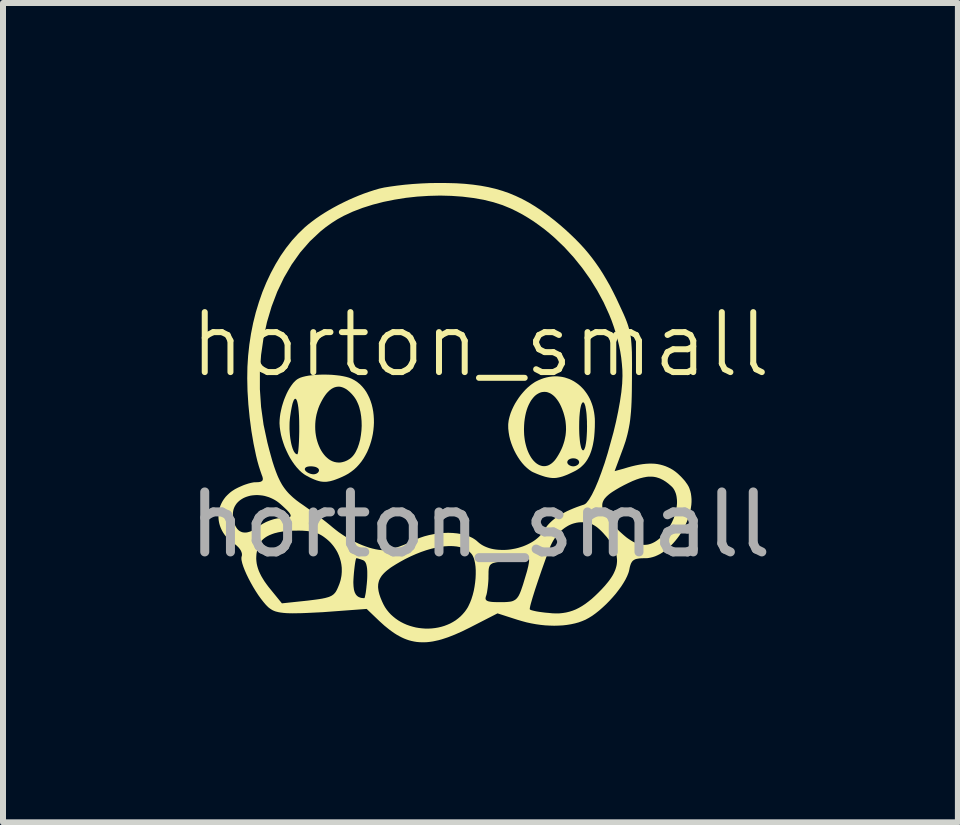
<source format=kicad_pcb>
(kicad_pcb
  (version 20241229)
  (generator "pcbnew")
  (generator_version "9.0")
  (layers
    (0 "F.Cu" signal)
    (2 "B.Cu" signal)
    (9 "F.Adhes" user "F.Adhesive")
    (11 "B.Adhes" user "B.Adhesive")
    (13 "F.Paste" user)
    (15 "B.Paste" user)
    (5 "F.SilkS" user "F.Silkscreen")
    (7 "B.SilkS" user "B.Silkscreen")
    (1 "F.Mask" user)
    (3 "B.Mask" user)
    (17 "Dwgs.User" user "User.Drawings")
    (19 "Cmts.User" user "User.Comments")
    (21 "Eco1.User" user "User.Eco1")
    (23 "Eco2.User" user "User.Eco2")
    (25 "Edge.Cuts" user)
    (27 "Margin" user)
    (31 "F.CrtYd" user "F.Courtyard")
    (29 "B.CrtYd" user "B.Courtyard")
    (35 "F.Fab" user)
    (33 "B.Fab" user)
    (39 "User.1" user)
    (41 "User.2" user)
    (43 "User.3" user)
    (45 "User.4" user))
  (footprint "horton_small"
    (layer "F.Cu")
    (at 4.958 3.195)
    (property "Reference" "horton_small" (at 0 -0.5 0) (unlocked yes) (layer "F.SilkS") (effects (font (size 1 1) (thickness 0.1))))
    (attr smd)
    (fp_poly (pts (xy -2.54 0) (xy -2.473 0.003) (xy -2.408 0.009) (xy -2.346 0.016) (xy -2.288 0.026) (xy -2.234 0.038) (xy -2.186 0.052) (xy -2.145 0.069) (xy -2.096 0.095) (xy -2.051 0.125) (xy -2.008 0.16) (xy -1.97 0.199) (xy -1.935 0.241) (xy -1.903 0.287) (xy -1.876 0.336) (xy -1.851 0.387) (xy -1.83 0.441) (xy -1.812 0.497) (xy -1.798 0.555) (xy -1.787 0.615) (xy -1.78 0.675) (xy -1.776 0.737) (xy -1.775 0.8) (xy -1.778 0.862) (xy -1.784 0.925) (xy -1.793 0.988) (xy -1.806 1.05) (xy -1.822 1.112) (xy -1.841 1.172) (xy -1.863 1.231) (xy -1.888 1.289) (xy -1.917 1.344) (xy -1.948 1.397) (xy -1.983 1.448) (xy -2.021 1.495) (xy -2.062 1.54) (xy -2.106 1.581) (xy -2.154 1.618) (xy -2.204 1.652) (xy -2.257 1.681) (xy -2.31 1.706) (xy -2.359 1.727) (xy -2.405 1.745) (xy -2.447 1.76) (xy -2.486 1.771) (xy -2.505 1.776) (xy -2.524 1.779) (xy -2.542 1.782) (xy -2.559 1.785) (xy -2.577 1.786) (xy -2.594 1.786) (xy -2.611 1.786) (xy -2.628 1.785) (xy -2.645 1.783) (xy -2.662 1.781) (xy -2.679 1.777) (xy -2.696 1.773) (xy -2.732 1.762) (xy -2.769 1.748) (xy -2.808 1.731) (xy -2.85 1.711) (xy -2.895 1.687) (xy -2.916 1.675) (xy -2.938 1.661) (xy -2.98 1.629) (xy -3.022 1.59) (xy -3.034 1.576) (xy -2.927 1.576) (xy -2.926 1.58) (xy -2.926 1.583) (xy -2.925 1.587) (xy -2.923 1.59) (xy -2.922 1.594) (xy -2.917 1.6) (xy -2.912 1.607) (xy -2.906 1.613) (xy -2.899 1.618) (xy -2.891 1.624) (xy -2.883 1.63) (xy -2.874 1.635) (xy -2.864 1.64) (xy -2.855 1.644) (xy -2.845 1.648) (xy -2.834 1.652) (xy -2.824 1.655) (xy -2.814 1.657) (xy -2.803 1.659) (xy -2.793 1.66) (xy -2.783 1.66) (xy -2.778 1.66) (xy -2.773 1.66) (xy -2.769 1.659) (xy -2.764 1.659) (xy -2.76 1.658) (xy -2.755 1.657) (xy -2.751 1.656) (xy -2.747 1.655) (xy -2.742 1.653) (xy -2.738 1.652) (xy -2.735 1.65) (xy -2.731 1.648) (xy -2.727 1.646) (xy -2.724 1.644) (xy -2.721 1.642) (xy -2.717 1.64) (xy -2.714 1.637) (xy -2.712 1.635) (xy -2.709 1.632) (xy -2.706 1.63) (xy -2.704 1.627) (xy -2.702 1.624) (xy -2.7 1.621) (xy -2.698 1.618) (xy -2.697 1.616) (xy -2.695 1.613) (xy -2.694 1.61) (xy -2.693 1.607) (xy -2.692 1.603) (xy -2.692 1.6) (xy -2.691 1.597) (xy -2.691 1.594) (xy -2.691 1.59) (xy -2.692 1.587) (xy -2.693 1.583) (xy -2.694 1.58) (xy -2.695 1.576) (xy -2.697 1.573) (xy -2.699 1.57) (xy -2.702 1.567) (xy -2.707 1.561) (xy -2.714 1.556) (xy -2.722 1.551) (xy -2.731 1.546) (xy -2.74 1.542) (xy -2.751 1.538) (xy -2.762 1.535) (xy -2.774 1.533) (xy -2.787 1.531) (xy -2.801 1.529) (xy -2.815 1.528) (xy -2.83 1.528) (xy -2.836 1.528) (xy -2.843 1.528) (xy -2.849 1.529) (xy -2.855 1.529) (xy -2.861 1.53) (xy -2.866 1.531) (xy -2.872 1.532) (xy -2.877 1.533) (xy -2.882 1.534) (xy -2.887 1.535) (xy -2.891 1.537) (xy -2.895 1.538) (xy -2.899 1.54) (xy -2.903 1.542) (xy -2.907 1.544) (xy -2.91 1.546) (xy -2.913 1.548) (xy -2.915 1.551) (xy -2.918 1.553) (xy -2.92 1.556) (xy -2.922 1.558) (xy -2.923 1.561) (xy -2.925 1.564) (xy -2.926 1.567) (xy -2.926 1.57) (xy -2.927 1.573) (xy -2.927 1.576) (xy -3.034 1.576) (xy -3.062 1.546) (xy -3.101 1.497) (xy -3.138 1.444) (xy -3.173 1.388) (xy -3.205 1.328) (xy -3.235 1.265) (xy -3.263 1.201) (xy -3.286 1.136) (xy -3.307 1.069) (xy -3.324 1.003) (xy -3.336 0.937) (xy -3.345 0.872) (xy -3.346 0.852) (xy -3.182 0.852) (xy -3.182 0.906) (xy -3.179 0.96) (xy -3.175 1.012) (xy -3.169 1.063) (xy -3.161 1.111) (xy -3.152 1.156) (xy -3.141 1.198) (xy -3.129 1.235) (xy -3.122 1.251) (xy -3.116 1.266) (xy -3.109 1.28) (xy -3.101 1.292) (xy -3.094 1.302) (xy -3.086 1.311) (xy -3.078 1.318) (xy -3.07 1.323) (xy -3.061 1.326) (xy -3.053 1.328) (xy -3.051 1.327) (xy -3.049 1.325) (xy -3.046 1.318) (xy -3.043 1.306) (xy -3.039 1.29) (xy -3.034 1.247) (xy -3.029 1.189) (xy -3.025 1.12) (xy -3.022 1.041) (xy -3.02 0.954) (xy -3.02 0.868) (xy -2.754 0.868) (xy -2.753 0.918) (xy -2.749 0.967) (xy -2.742 1.015) (xy -2.733 1.061) (xy -2.721 1.106) (xy -2.707 1.149) (xy -2.691 1.19) (xy -2.673 1.23) (xy -2.653 1.267) (xy -2.631 1.301) (xy -2.607 1.333) (xy -2.582 1.362) (xy -2.555 1.387) (xy -2.527 1.41) (xy -2.497 1.429) (xy -2.466 1.444) (xy -2.434 1.455) (xy -2.4 1.462) (xy -2.366 1.465) (xy -2.331 1.464) (xy -2.296 1.457) (xy -2.259 1.446) (xy -2.222 1.43) (xy -2.185 1.408) (xy -2.164 1.393) (xy -2.144 1.375) (xy -2.125 1.355) (xy -2.107 1.332) (xy -2.09 1.307) (xy -2.075 1.28) (xy -2.047 1.22) (xy -2.024 1.154) (xy -2.005 1.083) (xy -1.992 1.008) (xy -1.983 0.931) (xy -1.979 0.852) (xy -1.981 0.773) (xy -1.988 0.695) (xy -2 0.62) (xy -2.018 0.548) (xy -2.029 0.514) (xy -2.042 0.482) (xy -2.056 0.451) (xy -2.071 0.421) (xy -2.088 0.394) (xy -2.106 0.368) (xy -2.125 0.345) (xy -2.143 0.324) (xy -2.162 0.305) (xy -2.18 0.287) (xy -2.199 0.271) (xy -2.217 0.256) (xy -2.235 0.243) (xy -2.254 0.232) (xy -2.272 0.223) (xy -2.29 0.215) (xy -2.308 0.209) (xy -2.326 0.204) (xy -2.344 0.201) (xy -2.362 0.2) (xy -2.38 0.201) (xy -2.397 0.203) (xy -2.415 0.207) (xy -2.432 0.212) (xy -2.449 0.219) (xy -2.466 0.228) (xy -2.483 0.238) (xy -2.5 0.251) (xy -2.517 0.264) (xy -2.533 0.28) (xy -2.55 0.297) (xy -2.566 0.315) (xy -2.582 0.336) (xy -2.597 0.357) (xy -2.613 0.381) (xy -2.628 0.406) (xy -2.643 0.433) (xy -2.658 0.461) (xy -2.682 0.511) (xy -2.702 0.562) (xy -2.718 0.613) (xy -2.732 0.664) (xy -2.742 0.715) (xy -2.749 0.767) (xy -2.753 0.818) (xy -2.754 0.868) (xy -3.02 0.868) (xy -3.02 0.861) (xy -3.021 0.768) (xy -3.024 0.684) (xy -3.029 0.611) (xy -3.035 0.549) (xy -3.043 0.497) (xy -3.052 0.456) (xy -3.057 0.44) (xy -3.062 0.427) (xy -3.068 0.416) (xy -3.073 0.408) (xy -3.079 0.404) (xy -3.085 0.402) (xy -3.091 0.403) (xy -3.097 0.407) (xy -3.103 0.414) (xy -3.11 0.424) (xy -3.116 0.437) (xy -3.122 0.453) (xy -3.129 0.472) (xy -3.135 0.494) (xy -3.147 0.549) (xy -3.159 0.615) (xy -3.171 0.695) (xy -3.177 0.746) (xy -3.181 0.799) (xy -3.182 0.852) (xy -3.346 0.852) (xy -3.349 0.809) (xy -3.347 0.755) (xy -3.342 0.7) (xy -3.334 0.644) (xy -3.322 0.588) (xy -3.309 0.532) (xy -3.292 0.476) (xy -3.274 0.421) (xy -3.253 0.369) (xy -3.231 0.318) (xy -3.207 0.27) (xy -3.181 0.225) (xy -3.154 0.184) (xy -3.127 0.148) (xy -3.113 0.131) (xy -3.098 0.116) (xy -3.084 0.102) (xy -3.069 0.089) (xy -3.054 0.078) (xy -3.039 0.069) (xy -3.006 0.052) (xy -2.964 0.038) (xy -2.915 0.026) (xy -2.861 0.016) (xy -2.802 0.009) (xy -2.739 0.003) (xy -2.674 0) (xy -2.607 -0.001)) (stroke (width 0) (type solid)) (fill yes) (layer "F.SilkS"))
    (fp_poly (pts (xy 1.279 0.028) (xy 1.322 0.032) (xy 1.364 0.038) (xy 1.405 0.047) (xy 1.445 0.06) (xy 1.485 0.074) (xy 1.523 0.092) (xy 1.56 0.112) (xy 1.595 0.135) (xy 1.63 0.16) (xy 1.662 0.187) (xy 1.693 0.217) (xy 1.723 0.249) (xy 1.75 0.284) (xy 1.776 0.32) (xy 1.8 0.359) (xy 1.822 0.399) (xy 1.841 0.442) (xy 1.858 0.486) (xy 1.873 0.532) (xy 1.885 0.58) (xy 1.895 0.63) (xy 1.902 0.681) (xy 1.907 0.734) (xy 1.908 0.788) (xy 1.907 0.873) (xy 1.903 0.953) (xy 1.9 0.991) (xy 1.897 1.028) (xy 1.893 1.063) (xy 1.888 1.098) (xy 1.882 1.131) (xy 1.876 1.164) (xy 1.869 1.195) (xy 1.861 1.225) (xy 1.853 1.254) (xy 1.844 1.282) (xy 1.834 1.309) (xy 1.824 1.334) (xy 1.813 1.359) (xy 1.8 1.383) (xy 1.788 1.406) (xy 1.774 1.428) (xy 1.76 1.449) (xy 1.745 1.469) (xy 1.729 1.488) (xy 1.712 1.506) (xy 1.694 1.523) (xy 1.676 1.54) (xy 1.657 1.555) (xy 1.636 1.57) (xy 1.615 1.584) (xy 1.594 1.597) (xy 1.571 1.609) (xy 1.547 1.621) (xy 1.499 1.644) (xy 1.454 1.665) (xy 1.411 1.682) (xy 1.372 1.696) (xy 1.334 1.707) (xy 1.297 1.715) (xy 1.262 1.721) (xy 1.227 1.723) (xy 1.192 1.722) (xy 1.156 1.718) (xy 1.118 1.711) (xy 1.079 1.702) (xy 1.038 1.689) (xy 0.994 1.674) (xy 0.947 1.656) (xy 0.896 1.634) (xy 0.875 1.625) (xy 0.854 1.614) (xy 0.813 1.586) (xy 0.773 1.553) (xy 0.733 1.515) (xy 0.695 1.472) (xy 0.659 1.425) (xy 0.625 1.374) (xy 0.593 1.32) (xy 0.564 1.264) (xy 0.538 1.205) (xy 0.515 1.145) (xy 0.496 1.085) (xy 0.481 1.023) (xy 0.471 0.962) (xy 0.465 0.908) (xy 0.726 0.908) (xy 0.727 0.957) (xy 0.729 1.004) (xy 0.734 1.049) (xy 0.74 1.093) (xy 0.748 1.135) (xy 0.758 1.176) (xy 0.769 1.215) (xy 0.781 1.251) (xy 0.795 1.286) (xy 0.81 1.319) (xy 0.826 1.349) (xy 0.843 1.378) (xy 0.861 1.404) (xy 0.88 1.428) (xy 0.9 1.449) (xy 0.92 1.468) (xy 0.941 1.484) (xy 0.963 1.498) (xy 0.985 1.509) (xy 1.008 1.517) (xy 1.03 1.523) (xy 1.053 1.525) (xy 1.077 1.525) (xy 1.1 1.521) (xy 1.123 1.515) (xy 1.146 1.505) (xy 1.169 1.491) (xy 1.192 1.475) (xy 1.207 1.461) (xy 1.448 1.461) (xy 1.448 1.464) (xy 1.449 1.467) (xy 1.449 1.47) (xy 1.45 1.473) (xy 1.451 1.476) (xy 1.453 1.479) (xy 1.454 1.482) (xy 1.456 1.485) (xy 1.461 1.491) (xy 1.466 1.497) (xy 1.471 1.502) (xy 1.478 1.507) (xy 1.485 1.511) (xy 1.493 1.515) (xy 1.501 1.519) (xy 1.51 1.522) (xy 1.519 1.525) (xy 1.528 1.526) (xy 1.538 1.528) (xy 1.547 1.528) (xy 1.552 1.528) (xy 1.557 1.528) (xy 1.562 1.527) (xy 1.567 1.526) (xy 1.571 1.526) (xy 1.576 1.525) (xy 1.58 1.523) (xy 1.585 1.522) (xy 1.589 1.521) (xy 1.593 1.519) (xy 1.598 1.517) (xy 1.602 1.515) (xy 1.605 1.513) (xy 1.609 1.511) (xy 1.613 1.509) (xy 1.616 1.507) (xy 1.619 1.504) (xy 1.623 1.502) (xy 1.626 1.499) (xy 1.628 1.497) (xy 1.631 1.494) (xy 1.633 1.491) (xy 1.636 1.488) (xy 1.638 1.485) (xy 1.639 1.482) (xy 1.641 1.479) (xy 1.642 1.476) (xy 1.643 1.473) (xy 1.644 1.47) (xy 1.645 1.467) (xy 1.645 1.464) (xy 1.646 1.461) (xy 1.645 1.457) (xy 1.645 1.453) (xy 1.644 1.45) (xy 1.643 1.446) (xy 1.642 1.443) (xy 1.641 1.44) (xy 1.639 1.437) (xy 1.638 1.433) (xy 1.636 1.431) (xy 1.633 1.428) (xy 1.631 1.425) (xy 1.628 1.422) (xy 1.626 1.42) (xy 1.623 1.417) (xy 1.616 1.413) (xy 1.609 1.409) (xy 1.602 1.405) (xy 1.593 1.402) (xy 1.585 1.399) (xy 1.576 1.397) (xy 1.567 1.396) (xy 1.557 1.395) (xy 1.547 1.395) (xy 1.542 1.395) (xy 1.538 1.395) (xy 1.533 1.395) (xy 1.528 1.396) (xy 1.523 1.397) (xy 1.519 1.397) (xy 1.514 1.398) (xy 1.51 1.399) (xy 1.505 1.401) (xy 1.501 1.402) (xy 1.497 1.403) (xy 1.493 1.405) (xy 1.489 1.407) (xy 1.485 1.409) (xy 1.481 1.411) (xy 1.478 1.413) (xy 1.475 1.415) (xy 1.471 1.417) (xy 1.468 1.42) (xy 1.466 1.422) (xy 1.463 1.425) (xy 1.461 1.428) (xy 1.458 1.431) (xy 1.456 1.433) (xy 1.454 1.437) (xy 1.453 1.44) (xy 1.451 1.443) (xy 1.45 1.446) (xy 1.449 1.45) (xy 1.449 1.453) (xy 1.448 1.457) (xy 1.448 1.461) (xy 1.207 1.461) (xy 1.214 1.455) (xy 1.236 1.432) (xy 1.257 1.405) (xy 1.278 1.374) (xy 1.305 1.33) (xy 1.329 1.286) (xy 1.351 1.241) (xy 1.37 1.196) (xy 1.386 1.15) (xy 1.4 1.104) (xy 1.41 1.058) (xy 1.419 1.012) (xy 1.424 0.965) (xy 1.427 0.917) (xy 1.426 0.87) (xy 1.426 0.861) (xy 1.646 0.861) (xy 1.646 0.902) (xy 1.647 0.942) (xy 1.648 0.98) (xy 1.65 1.017) (xy 1.653 1.052) (xy 1.656 1.085) (xy 1.659 1.115) (xy 1.663 1.144) (xy 1.668 1.17) (xy 1.673 1.193) (xy 1.678 1.213) (xy 1.681 1.222) (xy 1.684 1.23) (xy 1.687 1.237) (xy 1.691 1.243) (xy 1.694 1.249) (xy 1.697 1.253) (xy 1.701 1.257) (xy 1.704 1.259) (xy 1.708 1.261) (xy 1.712 1.261) (xy 1.715 1.261) (xy 1.719 1.259) (xy 1.726 1.253) (xy 1.732 1.243) (xy 1.738 1.23) (xy 1.744 1.213) (xy 1.75 1.193) (xy 1.754 1.17) (xy 1.759 1.144) (xy 1.767 1.085) (xy 1.772 1.017) (xy 1.776 0.942) (xy 1.777 0.861) (xy 1.776 0.821) (xy 1.776 0.781) (xy 1.774 0.743) (xy 1.772 0.706) (xy 1.77 0.671) (xy 1.767 0.638) (xy 1.763 0.607) (xy 1.759 0.579) (xy 1.754 0.553) (xy 1.75 0.53) (xy 1.744 0.51) (xy 1.741 0.501) (xy 1.738 0.493) (xy 1.735 0.486) (xy 1.732 0.479) (xy 1.729 0.474) (xy 1.726 0.47) (xy 1.722 0.466) (xy 1.719 0.463) (xy 1.715 0.462) (xy 1.712 0.461) (xy 1.708 0.462) (xy 1.704 0.463) (xy 1.697 0.47) (xy 1.691 0.479) (xy 1.684 0.493) (xy 1.678 0.51) (xy 1.673 0.53) (xy 1.668 0.553) (xy 1.663 0.579) (xy 1.656 0.638) (xy 1.65 0.706) (xy 1.647 0.781) (xy 1.646 0.861) (xy 1.426 0.861) (xy 1.423 0.822) (xy 1.418 0.774) (xy 1.409 0.726) (xy 1.397 0.677) (xy 1.383 0.629) (xy 1.364 0.577) (xy 1.344 0.529) (xy 1.323 0.486) (xy 1.3 0.447) (xy 1.276 0.413) (xy 1.252 0.383) (xy 1.227 0.357) (xy 1.2 0.335) (xy 1.174 0.317) (xy 1.147 0.304) (xy 1.12 0.294) (xy 1.093 0.288) (xy 1.065 0.287) (xy 1.038 0.289) (xy 1.011 0.294) (xy 0.985 0.304) (xy 0.959 0.317) (xy 0.934 0.333) (xy 0.909 0.353) (xy 0.886 0.377) (xy 0.864 0.404) (xy 0.842 0.434) (xy 0.823 0.468) (xy 0.804 0.505) (xy 0.787 0.545) (xy 0.772 0.588) (xy 0.759 0.634) (xy 0.748 0.683) (xy 0.739 0.735) (xy 0.732 0.79) (xy 0.728 0.847) (xy 0.726 0.908) (xy 0.465 0.908) (xy 0.464 0.901) (xy 0.463 0.842) (xy 0.464 0.818) (xy 0.467 0.793) (xy 0.47 0.768) (xy 0.475 0.743) (xy 0.481 0.718) (xy 0.488 0.692) (xy 0.504 0.64) (xy 0.525 0.588) (xy 0.549 0.536) (xy 0.576 0.484) (xy 0.607 0.434) (xy 0.64 0.384) (xy 0.675 0.337) (xy 0.713 0.292) (xy 0.752 0.249) (xy 0.793 0.21) (xy 0.836 0.174) (xy 0.857 0.158) (xy 0.879 0.143) (xy 0.901 0.128) (xy 0.923 0.115) (xy 0.968 0.093) (xy 1.013 0.074) (xy 1.058 0.058) (xy 1.103 0.046) (xy 1.148 0.037) (xy 1.192 0.031) (xy 1.236 0.028)) (stroke (width 0) (type solid)) (fill yes) (layer "F.SilkS"))
    (fp_poly (pts (xy -0.554 -3.194) (xy -0.403 -3.19) (xy -0.26 -3.181) (xy -0.124 -3.167) (xy 0.006 -3.149) (xy 0.13 -3.126) (xy 0.25 -3.098) (xy 0.366 -3.064) (xy 0.478 -3.025) (xy 0.588 -2.979) (xy 0.696 -2.928) (xy 0.804 -2.87) (xy 0.911 -2.805) (xy 1.018 -2.734) (xy 1.127 -2.655) (xy 1.238 -2.569) (xy 1.332 -2.491) (xy 1.42 -2.414) (xy 1.503 -2.337) (xy 1.582 -2.261) (xy 1.657 -2.184) (xy 1.729 -2.106) (xy 1.797 -2.026) (xy 1.862 -1.944) (xy 1.924 -1.86) (xy 1.985 -1.772) (xy 2.043 -1.681) (xy 2.1 -1.585) (xy 2.157 -1.485) (xy 2.212 -1.379) (xy 2.267 -1.268) (xy 2.322 -1.15) (xy 2.388 -1.007) (xy 2.415 -0.944) (xy 2.438 -0.886) (xy 2.458 -0.829) (xy 2.475 -0.773) (xy 2.489 -0.717) (xy 2.501 -0.659) (xy 2.51 -0.597) (xy 2.516 -0.53) (xy 2.521 -0.456) (xy 2.525 -0.374) (xy 2.527 -0.181) (xy 2.526 0.062) (xy 2.524 0.275) (xy 2.522 0.37) (xy 2.519 0.458) (xy 2.515 0.54) (xy 2.51 0.616) (xy 2.503 0.687) (xy 2.496 0.754) (xy 2.487 0.818) (xy 2.476 0.878) (xy 2.464 0.937) (xy 2.451 0.994) (xy 2.436 1.05) (xy 2.42 1.107) (xy 2.401 1.163) (xy 2.381 1.221) (xy 2.237 1.608) (xy 2.388 1.567) (xy 2.457 1.546) (xy 2.523 1.528) (xy 2.586 1.513) (xy 2.646 1.501) (xy 2.703 1.492) (xy 2.758 1.486) (xy 2.81 1.483) (xy 2.86 1.483) (xy 2.908 1.485) (xy 2.954 1.491) (xy 2.999 1.5) (xy 3.043 1.512) (xy 3.085 1.526) (xy 3.127 1.544) (xy 3.168 1.564) (xy 3.209 1.588) (xy 3.232 1.604) (xy 3.254 1.62) (xy 3.276 1.638) (xy 3.298 1.657) (xy 3.319 1.677) (xy 3.34 1.697) (xy 3.36 1.718) (xy 3.379 1.739) (xy 3.398 1.76) (xy 3.415 1.781) (xy 3.43 1.803) (xy 3.445 1.823) (xy 3.458 1.844) (xy 3.469 1.863) (xy 3.478 1.882) (xy 3.485 1.9) (xy 3.499 1.942) (xy 3.509 1.984) (xy 3.515 2.029) (xy 3.519 2.074) (xy 3.519 2.121) (xy 3.516 2.168) (xy 3.509 2.216) (xy 3.501 2.264) (xy 3.489 2.312) (xy 3.475 2.361) (xy 3.458 2.409) (xy 3.439 2.457) (xy 3.418 2.505) (xy 3.394 2.552) (xy 3.369 2.597) (xy 3.342 2.642) (xy 3.313 2.686) (xy 3.282 2.728) (xy 3.25 2.768) (xy 3.216 2.807) (xy 3.181 2.844) (xy 3.145 2.878) (xy 3.108 2.91) (xy 3.071 2.939) (xy 3.032 2.966) (xy 2.993 2.99) (xy 2.953 3.01) (xy 2.912 3.028) (xy 2.872 3.041) (xy 2.831 3.051) (xy 2.79 3.058) (xy 2.749 3.06) (xy 2.713 3.06) (xy 2.681 3.061) (xy 2.652 3.063) (xy 2.638 3.065) (xy 2.626 3.067) (xy 2.614 3.069) (xy 2.603 3.071) (xy 2.593 3.074) (xy 2.583 3.077) (xy 2.574 3.081) (xy 2.566 3.085) (xy 2.558 3.09) (xy 2.55 3.095) (xy 2.544 3.1) (xy 2.537 3.106) (xy 2.531 3.113) (xy 2.526 3.12) (xy 2.521 3.128) (xy 2.516 3.136) (xy 2.511 3.145) (xy 2.507 3.155) (xy 2.503 3.166) (xy 2.499 3.177) (xy 2.492 3.201) (xy 2.486 3.228) (xy 2.48 3.259) (xy 2.474 3.283) (xy 2.466 3.308) (xy 2.445 3.36) (xy 2.418 3.415) (xy 2.384 3.473) (xy 2.346 3.532) (xy 2.302 3.592) (xy 2.255 3.653) (xy 2.204 3.712) (xy 2.15 3.771) (xy 2.095 3.827) (xy 2.037 3.881) (xy 1.979 3.932) (xy 1.921 3.978) (xy 1.863 4.02) (xy 1.806 4.055) (xy 1.751 4.085) (xy 1.696 4.108) (xy 1.638 4.129) (xy 1.576 4.146) (xy 1.512 4.16) (xy 1.445 4.171) (xy 1.376 4.179) (xy 1.304 4.183) (xy 1.231 4.185) (xy 1.157 4.183) (xy 1.081 4.179) (xy 1.004 4.171) (xy 0.926 4.16) (xy 0.848 4.146) (xy 0.77 4.129) (xy 0.692 4.108) (xy 0.614 4.085) (xy 0.285 3.979) (xy -0.181 4.218) (xy -0.307 4.28) (xy -0.427 4.333) (xy -0.539 4.377) (xy -0.593 4.395) (xy -0.645 4.412) (xy -0.696 4.426) (xy -0.746 4.437) (xy -0.794 4.447) (xy -0.842 4.454) (xy -0.888 4.459) (xy -0.934 4.461) (xy -0.978 4.461) (xy -1.022 4.459) (xy -1.065 4.455) (xy -1.107 4.448) (xy -1.149 4.439) (xy -1.191 4.428) (xy -1.232 4.414) (xy -1.273 4.398) (xy -1.314 4.379) (xy -1.354 4.358) (xy -1.395 4.335) (xy -1.436 4.309) (xy -1.476 4.281) (xy -1.517 4.251) (xy -1.601 4.183) (xy -1.686 4.106) (xy -1.896 3.905) (xy -2.625 3.959) (xy -2.826 3.969) (xy -2.913 3.973) (xy -2.992 3.976) (xy -3.063 3.977) (xy -3.128 3.978) (xy -3.186 3.977) (xy -3.237 3.975) (xy -3.284 3.971) (xy -3.325 3.966) (xy -3.362 3.96) (xy -3.395 3.952) (xy -3.411 3.948) (xy -3.425 3.943) (xy -3.439 3.938) (xy -3.452 3.932) (xy -3.465 3.926) (xy -3.477 3.919) (xy -3.499 3.905) (xy -3.517 3.892) (xy -3.536 3.877) (xy -3.575 3.838) (xy -3.616 3.79) (xy -3.659 3.735) (xy -3.703 3.674) (xy -3.746 3.608) (xy -3.788 3.539) (xy -3.828 3.468) (xy -3.865 3.398) (xy -3.899 3.328) (xy -3.928 3.262) (xy -3.952 3.2) (xy -3.97 3.144) (xy -3.981 3.096) (xy -3.984 3.075) (xy -3.984 3.069) (xy -3.737 3.069) (xy -3.734 3.109) (xy -3.729 3.149) (xy -3.72 3.19) (xy -3.708 3.231) (xy -3.693 3.273) (xy -3.674 3.315) (xy -3.653 3.357) (xy -3.627 3.401) (xy -3.599 3.446) (xy -3.567 3.491) (xy -3.532 3.538) (xy -3.493 3.586) (xy -3.309 3.812) (xy -2.875 3.766) (xy -2.804 3.757) (xy -2.741 3.749) (xy -2.685 3.741) (xy -2.636 3.733) (xy -2.614 3.728) (xy -2.593 3.724) (xy -2.574 3.719) (xy -2.556 3.714) (xy -2.539 3.709) (xy -2.523 3.704) (xy -2.509 3.698) (xy -2.496 3.692) (xy -2.483 3.686) (xy -2.472 3.679) (xy -2.461 3.671) (xy -2.451 3.664) (xy -2.441 3.655) (xy -2.433 3.646) (xy -2.424 3.637) (xy -2.417 3.627) (xy -2.409 3.616) (xy -2.402 3.604) (xy -2.396 3.592) (xy -2.389 3.579) (xy -2.376 3.55) (xy -2.363 3.519) (xy -2.353 3.494) (xy -2.345 3.472) (xy -2.118 3.472) (xy -2.117 3.492) (xy -2.116 3.511) (xy -2.115 3.529) (xy -2.113 3.546) (xy -2.111 3.562) (xy -2.109 3.578) (xy -2.106 3.592) (xy -2.102 3.606) (xy -2.098 3.619) (xy -2.094 3.631) (xy -2.088 3.642) (xy -2.083 3.653) (xy -2.077 3.663) (xy -2.07 3.672) (xy -2.063 3.68) (xy -2.056 3.687) (xy -2.048 3.694) (xy -2.039 3.7) (xy -2.03 3.706) (xy -2.02 3.71) (xy -2.01 3.714) (xy -1.999 3.718) (xy -1.987 3.721) (xy -1.975 3.723) (xy -1.963 3.724) (xy -1.95 3.725) (xy -1.936 3.725) (xy -1.934 3.725) (xy -1.933 3.724) (xy -1.93 3.719) (xy -1.928 3.712) (xy -1.925 3.702) (xy -1.919 3.674) (xy -1.912 3.638) (xy -1.906 3.594) (xy -1.9 3.543) (xy -1.9 3.539) (xy -1.706 3.539) (xy -1.704 3.562) (xy -1.701 3.586) (xy -1.697 3.611) (xy -1.691 3.636) (xy -1.684 3.663) (xy -1.675 3.69) (xy -1.665 3.719) (xy -1.64 3.779) (xy -1.617 3.828) (xy -1.591 3.875) (xy -1.561 3.919) (xy -1.528 3.96) (xy -1.493 3.998) (xy -1.454 4.033) (xy -1.413 4.066) (xy -1.37 4.096) (xy -1.325 4.123) (xy -1.278 4.147) (xy -1.23 4.168) (xy -1.18 4.186) (xy -1.129 4.201) (xy -1.077 4.214) (xy -1.024 4.223) (xy -0.97 4.229) (xy -0.917 4.233) (xy -0.863 4.233) (xy -0.81 4.23) (xy -0.757 4.224) (xy -0.704 4.215) (xy -0.652 4.203) (xy -0.602 4.188) (xy -0.552 4.169) (xy -0.504 4.148) (xy -0.458 4.123) (xy -0.413 4.095) (xy -0.371 4.063) (xy -0.331 4.029) (xy -0.294 3.991) (xy -0.259 3.95) (xy -0.227 3.905) (xy -0.226 3.903) (xy 0.822 3.903) (xy 0.823 3.909) (xy 0.824 3.912) (xy 0.828 3.916) (xy 0.835 3.92) (xy 0.844 3.924) (xy 0.857 3.928) (xy 0.888 3.936) (xy 0.928 3.945) (xy 0.974 3.953) (xy 1.025 3.96) (xy 1.081 3.967) (xy 1.139 3.972) (xy 1.201 3.978) (xy 1.261 3.98) (xy 1.319 3.979) (xy 1.375 3.973) (xy 1.43 3.964) (xy 1.484 3.951) (xy 1.537 3.934) (xy 1.59 3.913) (xy 1.642 3.887) (xy 1.694 3.857) (xy 1.747 3.822) (xy 1.799 3.783) (xy 1.853 3.74) (xy 1.907 3.691) (xy 1.963 3.637) (xy 2.02 3.579) (xy 2.075 3.519) (xy 2.124 3.46) (xy 2.146 3.432) (xy 2.166 3.404) (xy 2.185 3.376) (xy 2.202 3.349) (xy 2.217 3.322) (xy 2.23 3.295) (xy 2.242 3.268) (xy 2.252 3.242) (xy 2.26 3.216) (xy 2.267 3.19) (xy 2.272 3.164) (xy 2.275 3.138) (xy 2.277 3.112) (xy 2.277 3.086) (xy 2.275 3.06) (xy 2.272 3.034) (xy 2.267 3.008) (xy 2.26 2.982) (xy 2.252 2.955) (xy 2.242 2.929) (xy 2.231 2.902) (xy 2.217 2.875) (xy 2.203 2.848) (xy 2.187 2.82) (xy 2.169 2.792) (xy 2.149 2.764) (xy 2.105 2.706) (xy 2.075 2.672) (xy 2.047 2.64) (xy 2.02 2.612) (xy 1.993 2.586) (xy 1.968 2.564) (xy 1.943 2.543) (xy 1.919 2.526) (xy 1.895 2.511) (xy 1.871 2.498) (xy 1.847 2.487) (xy 1.822 2.478) (xy 1.797 2.472) (xy 1.771 2.466) (xy 1.743 2.463) (xy 1.715 2.461) (xy 1.685 2.46) (xy 1.664 2.461) (xy 1.643 2.462) (xy 1.622 2.465) (xy 1.602 2.468) (xy 1.581 2.473) (xy 1.561 2.478) (xy 1.541 2.484) (xy 1.521 2.491) (xy 1.502 2.499) (xy 1.482 2.508) (xy 1.463 2.518) (xy 1.444 2.529) (xy 1.408 2.552) (xy 1.372 2.579) (xy 1.338 2.609) (xy 1.306 2.642) (xy 1.275 2.677) (xy 1.246 2.716) (xy 1.219 2.757) (xy 1.195 2.8) (xy 1.172 2.846) (xy 1.153 2.893) (xy 1.085 3.078) (xy 1.021 3.258) (xy 0.963 3.427) (xy 0.912 3.58) (xy 0.871 3.711) (xy 0.841 3.814) (xy 0.831 3.853) (xy 0.825 3.883) (xy 0.822 3.903) (xy -0.226 3.903) (xy -0.212 3.881) (xy -0.198 3.854) (xy -0.172 3.798) (xy -0.148 3.736) (xy -0.146 3.728) (xy 0.085 3.728) (xy 0.086 3.733) (xy 0.086 3.739) (xy 0.088 3.744) (xy 0.09 3.749) (xy 0.092 3.753) (xy 0.096 3.757) (xy 0.1 3.761) (xy 0.104 3.765) (xy 0.109 3.768) (xy 0.115 3.771) (xy 0.129 3.777) (xy 0.146 3.781) (xy 0.167 3.785) (xy 0.19 3.788) (xy 0.217 3.79) (xy 0.247 3.791) (xy 0.281 3.792) (xy 0.318 3.792) (xy 0.372 3.792) (xy 0.419 3.791) (xy 0.46 3.788) (xy 0.496 3.784) (xy 0.512 3.781) (xy 0.528 3.777) (xy 0.542 3.772) (xy 0.555 3.766) (xy 0.568 3.759) (xy 0.58 3.752) (xy 0.591 3.743) (xy 0.602 3.733) (xy 0.612 3.722) (xy 0.621 3.71) (xy 0.631 3.696) (xy 0.64 3.681) (xy 0.657 3.646) (xy 0.674 3.604) (xy 0.691 3.555) (xy 0.71 3.499) (xy 0.752 3.359) (xy 0.761 3.329) (xy 0.77 3.299) (xy 0.778 3.271) (xy 0.785 3.243) (xy 0.791 3.218) (xy 0.797 3.194) (xy 0.801 3.172) (xy 0.805 3.151) (xy 0.808 3.133) (xy 0.81 3.117) (xy 0.811 3.103) (xy 0.812 3.091) (xy 0.812 3.087) (xy 0.811 3.083) (xy 0.811 3.079) (xy 0.81 3.077) (xy 0.809 3.075) (xy 0.807 3.073) (xy 0.806 3.073) (xy 0.804 3.073) (xy 0.789 3.076) (xy 0.762 3.079) (xy 0.681 3.087) (xy 0.45 3.106) (xy 0.395 3.111) (xy 0.347 3.116) (xy 0.306 3.121) (xy 0.27 3.126) (xy 0.254 3.129) (xy 0.24 3.133) (xy 0.226 3.136) (xy 0.214 3.14) (xy 0.203 3.144) (xy 0.193 3.149) (xy 0.184 3.155) (xy 0.176 3.16) (xy 0.169 3.167) (xy 0.163 3.174) (xy 0.157 3.181) (xy 0.153 3.19) (xy 0.149 3.199) (xy 0.145 3.209) (xy 0.143 3.219) (xy 0.14 3.231) (xy 0.138 3.243) (xy 0.137 3.257) (xy 0.135 3.286) (xy 0.135 3.321) (xy 0.134 3.359) (xy 0.134 3.382) (xy 0.134 3.405) (xy 0.131 3.453) (xy 0.127 3.5) (xy 0.122 3.545) (xy 0.116 3.588) (xy 0.11 3.627) (xy 0.103 3.66) (xy 0.099 3.674) (xy 0.095 3.686) (xy 0.09 3.701) (xy 0.087 3.715) (xy 0.085 3.728) (xy -0.146 3.728) (xy -0.128 3.671) (xy -0.111 3.604) (xy -0.098 3.534) (xy -0.088 3.464) (xy -0.081 3.394) (xy -0.078 3.326) (xy -0.078 3.26) (xy -0.082 3.197) (xy -0.09 3.139) (xy -0.102 3.087) (xy -0.109 3.063) (xy -0.118 3.041) (xy -0.127 3.021) (xy -0.137 3.003) (xy -0.149 2.987) (xy -0.161 2.973) (xy -0.179 2.956) (xy -0.197 2.941) (xy -0.218 2.926) (xy -0.239 2.914) (xy -0.287 2.892) (xy -0.339 2.875) (xy -0.396 2.864) (xy -0.458 2.858) (xy -0.524 2.857) (xy -0.594 2.861) (xy -0.667 2.87) (xy -0.743 2.884) (xy -0.823 2.903) (xy -0.905 2.927) (xy -0.989 2.956) (xy -1.075 2.99) (xy -1.163 3.029) (xy -1.253 3.073) (xy -1.333 3.117) (xy -1.405 3.159) (xy -1.469 3.199) (xy -1.498 3.218) (xy -1.524 3.238) (xy -1.549 3.257) (xy -1.572 3.276) (xy -1.593 3.295) (xy -1.612 3.314) (xy -1.629 3.333) (xy -1.645 3.352) (xy -1.658 3.372) (xy -1.67 3.391) (xy -1.68 3.411) (xy -1.689 3.431) (xy -1.695 3.452) (xy -1.7 3.473) (xy -1.704 3.494) (xy -1.705 3.516) (xy -1.706 3.539) (xy -1.9 3.539) (xy -1.894 3.486) (xy -1.889 3.426) (xy -1.887 3.388) (xy -1.886 3.353) (xy -1.886 3.32) (xy -1.886 3.29) (xy -1.887 3.262) (xy -1.889 3.237) (xy -1.89 3.225) (xy -1.892 3.213) (xy -1.894 3.202) (xy -1.895 3.192) (xy -1.898 3.182) (xy -1.9 3.173) (xy -1.902 3.164) (xy -1.905 3.155) (xy -1.908 3.148) (xy -1.911 3.14) (xy -1.915 3.133) (xy -1.918 3.127) (xy -1.922 3.121) (xy -1.926 3.116) (xy -1.931 3.111) (xy -1.935 3.106) (xy -1.94 3.102) (xy -1.945 3.099) (xy -1.95 3.096) (xy -1.955 3.093) (xy -1.975 3.086) (xy -1.993 3.079) (xy -2.01 3.074) (xy -2.026 3.069) (xy -2.04 3.065) (xy -2.051 3.062) (xy -2.056 3.061) (xy -2.06 3.06) (xy -2.064 3.06) (xy -2.067 3.06) (xy -2.068 3.06) (xy -2.07 3.061) (xy -2.072 3.066) (xy -2.075 3.073) (xy -2.078 3.083) (xy -2.084 3.111) (xy -2.09 3.147) (xy -2.096 3.191) (xy -2.102 3.242) (xy -2.108 3.299) (xy -2.113 3.359) (xy -2.116 3.407) (xy -2.118 3.452) (xy -2.118 3.472) (xy -2.345 3.472) (xy -2.344 3.468) (xy -2.336 3.443) (xy -2.329 3.418) (xy -2.324 3.392) (xy -2.319 3.367) (xy -2.315 3.341) (xy -2.313 3.315) (xy -2.311 3.29) (xy -2.311 3.264) (xy -2.311 3.238) (xy -2.312 3.213) (xy -2.315 3.187) (xy -2.318 3.162) (xy -2.323 3.137) (xy -2.328 3.112) (xy -2.342 3.063) (xy -2.359 3.015) (xy -2.38 2.968) (xy -2.392 2.945) (xy -2.405 2.923) (xy -2.419 2.901) (xy -2.434 2.879) (xy -2.449 2.858) (xy -2.466 2.837) (xy -2.483 2.817) (xy -2.501 2.797) (xy -2.52 2.778) (xy -2.54 2.76) (xy -2.567 2.737) (xy -2.593 2.717) (xy -2.619 2.698) (xy -2.645 2.681) (xy -2.672 2.666) (xy -2.698 2.653) (xy -2.726 2.642) (xy -2.755 2.632) (xy -2.785 2.624) (xy -2.816 2.617) (xy -2.85 2.611) (xy -2.885 2.607) (xy -2.923 2.604) (xy -2.963 2.601) (xy -3.007 2.6) (xy -3.053 2.6) (xy -3.126 2.601) (xy -3.161 2.602) (xy -3.195 2.604) (xy -3.227 2.607) (xy -3.259 2.61) (xy -3.29 2.614) (xy -3.319 2.619) (xy -3.348 2.624) (xy -3.375 2.629) (xy -3.401 2.636) (xy -3.427 2.642) (xy -3.451 2.65) (xy -3.474 2.658) (xy -3.496 2.667) (xy -3.518 2.676) (xy -3.538 2.686) (xy -3.557 2.696) (xy -3.575 2.707) (xy -3.592 2.719) (xy -3.608 2.731) (xy -3.623 2.744) (xy -3.637 2.757) (xy -3.65 2.772) (xy -3.661 2.786) (xy -3.672 2.802) (xy -3.682 2.818) (xy -3.691 2.834) (xy -3.699 2.851) (xy -3.706 2.869) (xy -3.712 2.888) (xy -3.716 2.907) (xy -3.726 2.948) (xy -3.733 2.988) (xy -3.736 3.029) (xy -3.737 3.069) (xy -3.984 3.069) (xy -3.984 3.056) (xy -3.983 3.04) (xy -3.979 3.027) (xy -3.977 3.021) (xy -3.976 3.015) (xy -3.975 3.009) (xy -3.975 3.003) (xy -3.975 2.997) (xy -3.975 2.99) (xy -3.976 2.984) (xy -3.977 2.977) (xy -3.979 2.971) (xy -3.981 2.964) (xy -3.983 2.957) (xy -3.986 2.95) (xy -3.992 2.936) (xy -4 2.922) (xy -4.01 2.908) (xy -4.02 2.894) (xy -4.032 2.88) (xy -4.046 2.866) (xy -4.06 2.852) (xy -4.076 2.839) (xy -4.092 2.826) (xy -4.11 2.813) (xy -4.141 2.791) (xy -4.17 2.768) (xy -4.197 2.743) (xy -4.222 2.718) (xy -4.246 2.692) (xy -4.267 2.665) (xy -4.286 2.637) (xy -4.303 2.608) (xy -4.318 2.578) (xy -4.331 2.548) (xy -4.342 2.518) (xy -4.351 2.487) (xy -4.358 2.456) (xy -4.363 2.425) (xy -4.366 2.393) (xy -4.367 2.362) (xy -4.366 2.34) (xy -4.126 2.34) (xy -4.124 2.373) (xy -4.12 2.398) (xy -4.116 2.422) (xy -4.111 2.445) (xy -4.105 2.466) (xy -4.099 2.486) (xy -4.092 2.504) (xy -4.084 2.522) (xy -4.075 2.538) (xy -4.066 2.553) (xy -4.057 2.566) (xy -4.046 2.579) (xy -4.035 2.59) (xy -4.024 2.6) (xy -4.011 2.608) (xy -3.999 2.615) (xy -3.985 2.621) (xy -3.972 2.626) (xy -3.957 2.629) (xy -3.942 2.631) (xy -3.927 2.632) (xy -3.911 2.632) (xy -3.895 2.63) (xy -3.878 2.627) (xy -3.861 2.622) (xy -3.843 2.617) (xy -3.825 2.61) (xy -3.807 2.601) (xy -3.788 2.592) (xy -3.769 2.581) (xy -3.749 2.568) (xy -3.729 2.555) (xy -3.709 2.54) (xy -3.69 2.525) (xy -3.669 2.511) (xy -3.647 2.497) (xy -3.624 2.483) (xy -3.6 2.471) (xy -3.576 2.458) (xy -3.551 2.447) (xy -3.526 2.437) (xy -3.5 2.427) (xy -3.475 2.419) (xy -3.451 2.411) (xy -3.427 2.405) (xy -3.404 2.4) (xy -3.382 2.396) (xy -3.361 2.394) (xy -3.341 2.393) (xy -3.3 2.393) (xy -3.264 2.391) (xy -3.233 2.389) (xy -3.22 2.387) (xy -3.209 2.385) (xy -3.198 2.382) (xy -3.189 2.379) (xy -3.181 2.376) (xy -3.175 2.372) (xy -3.17 2.368) (xy -3.166 2.363) (xy -3.164 2.358) (xy -3.163 2.352) (xy -3.163 2.345) (xy -3.165 2.338) (xy -3.168 2.33) (xy -3.173 2.322) (xy -3.178 2.313) (xy -3.185 2.303) (xy -3.194 2.292) (xy -3.203 2.281) (xy -3.227 2.256) (xy -3.256 2.228) (xy -3.29 2.196) (xy -3.329 2.161) (xy -3.36 2.135) (xy -3.391 2.112) (xy -3.424 2.091) (xy -3.457 2.073) (xy -3.491 2.057) (xy -3.525 2.043) (xy -3.56 2.032) (xy -3.595 2.022) (xy -3.63 2.015) (xy -3.665 2.011) (xy -3.699 2.008) (xy -3.734 2.007) (xy -3.767 2.009) (xy -3.8 2.012) (xy -3.833 2.017) (xy -3.864 2.025) (xy -3.894 2.034) (xy -3.923 2.045) (xy -3.951 2.058) (xy -3.977 2.073) (xy -4.001 2.089) (xy -4.024 2.107) (xy -4.045 2.127) (xy -4.064 2.148) (xy -4.08 2.171) (xy -4.095 2.196) (xy -4.107 2.222) (xy -4.116 2.249) (xy -4.122 2.278) (xy -4.126 2.309) (xy -4.126 2.34) (xy -4.366 2.34) (xy -4.366 2.33) (xy -4.363 2.299) (xy -4.358 2.268) (xy -4.351 2.237) (xy -4.342 2.206) (xy -4.331 2.176) (xy -4.318 2.147) (xy -4.303 2.118) (xy -4.286 2.09) (xy -4.267 2.063) (xy -4.246 2.036) (xy -4.222 2.011) (xy -4.197 1.987) (xy -4.17 1.963) (xy -4.141 1.941) (xy -4.11 1.921) (xy -4.089 1.908) (xy -4.066 1.896) (xy -4.043 1.884) (xy -4.019 1.873) (xy -3.994 1.862) (xy -3.969 1.851) (xy -3.945 1.841) (xy -3.92 1.832) (xy -3.895 1.824) (xy -3.871 1.816) (xy -3.848 1.81) (xy -3.826 1.804) (xy -3.805 1.8) (xy -3.785 1.796) (xy -3.766 1.794) (xy -3.75 1.794) (xy -3.728 1.793) (xy -3.709 1.792) (xy -3.701 1.792) (xy -3.692 1.791) (xy -3.685 1.789) (xy -3.677 1.788) (xy -3.671 1.787) (xy -3.664 1.785) (xy -3.659 1.783) (xy -3.654 1.78) (xy -3.649 1.778) (xy -3.645 1.775) (xy -3.641 1.772) (xy -3.638 1.769) (xy -3.635 1.765) (xy -3.632 1.762) (xy -3.63 1.757) (xy -3.629 1.753) (xy -3.628 1.748) (xy -3.627 1.743) (xy -3.627 1.738) (xy -3.627 1.732) (xy -3.628 1.726) (xy -3.629 1.72) (xy -3.631 1.713) (xy -3.632 1.706) (xy -3.635 1.698) (xy -3.637 1.691) (xy -3.644 1.674) (xy -3.669 1.602) (xy -3.694 1.524) (xy -3.718 1.439) (xy -3.74 1.348) (xy -3.781 1.152) (xy -3.817 0.941) (xy -3.846 0.72) (xy -3.868 0.497) (xy -3.882 0.276) (xy -3.883 0.245) (xy -3.676 0.245) (xy -3.656 0.538) (xy -3.615 0.833) (xy -3.552 1.128) (xy -3.522 1.245) (xy -3.493 1.351) (xy -3.466 1.447) (xy -3.438 1.534) (xy -3.41 1.613) (xy -3.382 1.684) (xy -3.367 1.718) (xy -3.352 1.749) (xy -3.337 1.78) (xy -3.321 1.809) (xy -3.305 1.837) (xy -3.288 1.863) (xy -3.27 1.889) (xy -3.251 1.914) (xy -3.232 1.938) (xy -3.212 1.961) (xy -3.191 1.984) (xy -3.168 2.006) (xy -3.145 2.028) (xy -3.121 2.05) (xy -3.069 2.093) (xy -3.011 2.136) (xy -2.947 2.18) (xy -2.828 2.265) (xy -2.763 2.312) (xy -2.697 2.361) (xy -2.632 2.41) (xy -2.57 2.458) (xy -2.512 2.505) (xy -2.462 2.547) (xy -2.412 2.587) (xy -2.361 2.626) (xy -2.307 2.663) (xy -2.252 2.699) (xy -2.196 2.732) (xy -2.139 2.763) (xy -2.082 2.792) (xy -2.025 2.819) (xy -1.968 2.843) (xy -1.911 2.864) (xy -1.856 2.883) (xy -1.802 2.898) (xy -1.75 2.91) (xy -1.699 2.919) (xy -1.652 2.925) (xy -1.607 2.926) (xy -1.588 2.926) (xy -1.568 2.923) (xy -1.545 2.92) (xy -1.52 2.915) (xy -1.493 2.909) (xy -1.465 2.901) (xy -1.406 2.884) (xy -1.344 2.863) (xy -1.281 2.839) (xy -1.219 2.814) (xy -1.161 2.787) (xy -1.088 2.752) (xy -1.013 2.721) (xy -0.936 2.695) (xy -0.856 2.674) (xy -0.776 2.658) (xy -0.696 2.646) (xy -0.616 2.639) (xy -0.538 2.636) (xy -0.461 2.639) (xy -0.387 2.646) (xy -0.317 2.658) (xy -0.251 2.674) (xy -0.22 2.684) (xy -0.19 2.695) (xy -0.161 2.708) (xy -0.134 2.721) (xy -0.109 2.736) (xy -0.085 2.752) (xy -0.063 2.769) (xy -0.043 2.787) (xy -0.017 2.809) (xy 0.012 2.83) (xy 0.042 2.848) (xy 0.074 2.864) (xy 0.108 2.878) (xy 0.144 2.891) (xy 0.18 2.901) (xy 0.218 2.909) (xy 0.257 2.915) (xy 0.297 2.919) (xy 0.337 2.921) (xy 0.378 2.922) (xy 0.42 2.921) (xy 0.461 2.918) (xy 0.503 2.913) (xy 0.544 2.906) (xy 0.586 2.898) (xy 0.627 2.888) (xy 0.667 2.876) (xy 0.707 2.863) (xy 0.745 2.848) (xy 0.783 2.831) (xy 0.819 2.813) (xy 0.854 2.794) (xy 0.888 2.773) (xy 0.92 2.75) (xy 0.95 2.726) (xy 0.978 2.701) (xy 1.004 2.674) (xy 1.028 2.646) (xy 1.049 2.617) (xy 1.068 2.586) (xy 1.088 2.554) (xy 1.11 2.523) (xy 1.136 2.493) (xy 1.165 2.463) (xy 1.196 2.434) (xy 1.23 2.406) (xy 1.267 2.378) (xy 1.307 2.352) (xy 1.35 2.326) (xy 1.395 2.301) (xy 1.443 2.276) (xy 1.494 2.253) (xy 1.548 2.23) (xy 1.604 2.208) (xy 1.663 2.187) (xy 1.705 2.173) (xy 2.031 2.173) (xy 2.031 2.191) (xy 2.033 2.21) (xy 2.037 2.23) (xy 2.043 2.249) (xy 2.051 2.27) (xy 2.06 2.291) (xy 2.072 2.313) (xy 2.085 2.336) (xy 2.101 2.359) (xy 2.118 2.384) (xy 2.137 2.409) (xy 2.18 2.462) (xy 2.23 2.52) (xy 2.292 2.585) (xy 2.322 2.615) (xy 2.352 2.642) (xy 2.381 2.668) (xy 2.409 2.692) (xy 2.437 2.715) (xy 2.465 2.735) (xy 2.492 2.753) (xy 2.519 2.77) (xy 2.545 2.785) (xy 2.571 2.798) (xy 2.597 2.809) (xy 2.622 2.818) (xy 2.647 2.826) (xy 2.672 2.831) (xy 2.697 2.835) (xy 2.721 2.837) (xy 2.745 2.837) (xy 2.769 2.835) (xy 2.792 2.832) (xy 2.816 2.826) (xy 2.839 2.819) (xy 2.862 2.81) (xy 2.885 2.799) (xy 2.908 2.787) (xy 2.931 2.772) (xy 2.954 2.756) (xy 2.977 2.738) (xy 2.999 2.718) (xy 3.022 2.697) (xy 3.045 2.673) (xy 3.067 2.649) (xy 3.088 2.624) (xy 3.109 2.598) (xy 3.128 2.572) (xy 3.146 2.544) (xy 3.162 2.517) (xy 3.178 2.489) (xy 3.193 2.46) (xy 3.206 2.431) (xy 3.219 2.402) (xy 3.24 2.343) (xy 3.249 2.314) (xy 3.257 2.284) (xy 3.263 2.255) (xy 3.268 2.226) (xy 3.272 2.197) (xy 3.275 2.169) (xy 3.277 2.141) (xy 3.277 2.114) (xy 3.276 2.087) (xy 3.273 2.061) (xy 3.27 2.036) (xy 3.265 2.011) (xy 3.259 1.987) (xy 3.251 1.965) (xy 3.242 1.943) (xy 3.232 1.923) (xy 3.22 1.903) (xy 3.207 1.885) (xy 3.192 1.869) (xy 3.176 1.854) (xy 3.132 1.816) (xy 3.089 1.784) (xy 3.046 1.757) (xy 3.002 1.735) (xy 2.98 1.726) (xy 2.958 1.719) (xy 2.936 1.712) (xy 2.913 1.707) (xy 2.89 1.703) (xy 2.867 1.701) (xy 2.843 1.7) (xy 2.818 1.7) (xy 2.793 1.701) (xy 2.768 1.704) (xy 2.715 1.714) (xy 2.659 1.728) (xy 2.6 1.748) (xy 2.537 1.773) (xy 2.47 1.804) (xy 2.399 1.839) (xy 2.322 1.88) (xy 2.259 1.917) (xy 2.203 1.952) (xy 2.178 1.969) (xy 2.155 1.986) (xy 2.134 2.003) (xy 2.115 2.02) (xy 2.098 2.036) (xy 2.083 2.053) (xy 2.069 2.069) (xy 2.058 2.086) (xy 2.049 2.103) (xy 2.041 2.12) (xy 2.036 2.137) (xy 2.032 2.155) (xy 2.031 2.173) (xy 1.705 2.173) (xy 1.724 2.167) (xy 1.744 2.157) (xy 1.765 2.14) (xy 1.81 2.083) (xy 1.859 2) (xy 1.911 1.894) (xy 1.964 1.769) (xy 2.017 1.627) (xy 2.071 1.472) (xy 2.122 1.307) (xy 2.218 0.96) (xy 2.26 0.785) (xy 2.296 0.613) (xy 2.326 0.448) (xy 2.349 0.292) (xy 2.363 0.149) (xy 2.368 0.022) (xy 2.366 -0.079) (xy 2.358 -0.181) (xy 2.347 -0.283) (xy 2.331 -0.386) (xy 2.31 -0.489) (xy 2.285 -0.592) (xy 2.256 -0.696) (xy 2.223 -0.799) (xy 2.187 -0.901) (xy 2.146 -1.003) (xy 2.054 -1.205) (xy 1.947 -1.403) (xy 1.828 -1.595) (xy 1.696 -1.78) (xy 1.553 -1.957) (xy 1.4 -2.125) (xy 1.237 -2.281) (xy 1.153 -2.354) (xy 1.066 -2.425) (xy 0.977 -2.491) (xy 0.887 -2.555) (xy 0.795 -2.614) (xy 0.701 -2.67) (xy 0.605 -2.721) (xy 0.509 -2.768) (xy 0.368 -2.826) (xy 0.215 -2.875) (xy 0.052 -2.915) (xy -0.12 -2.945) (xy -0.299 -2.967) (xy -0.483 -2.98) (xy -0.671 -2.985) (xy -0.862 -2.98) (xy -1.053 -2.968) (xy -1.244 -2.947) (xy -1.431 -2.917) (xy -1.615 -2.88) (xy -1.793 -2.834) (xy -1.964 -2.78) (xy -2.126 -2.718) (xy -2.277 -2.648) (xy -2.38 -2.592) (xy -2.479 -2.529) (xy -2.576 -2.46) (xy -2.668 -2.386) (xy -2.843 -2.222) (xy -3.003 -2.038) (xy -3.147 -1.835) (xy -3.275 -1.616) (xy -3.387 -1.382) (xy -3.481 -1.135) (xy -3.558 -0.876) (xy -3.616 -0.607) (xy -3.656 -0.329) (xy -3.676 -0.045) (xy -3.676 0.245) (xy -3.883 0.245) (xy -3.887 0.062) (xy -3.884 -0.127) (xy -3.872 -0.315) (xy -3.852 -0.5) (xy -3.824 -0.683) (xy -3.788 -0.863) (xy -3.744 -1.039) (xy -3.692 -1.21) (xy -3.634 -1.377) (xy -3.568 -1.537) (xy -3.495 -1.692) (xy -3.416 -1.839) (xy -3.331 -1.98) (xy -3.239 -2.112) (xy -3.141 -2.236) (xy -3.037 -2.35) (xy -2.928 -2.455) (xy -2.869 -2.505) (xy -2.806 -2.554) (xy -2.74 -2.603) (xy -2.67 -2.651) (xy -2.597 -2.698) (xy -2.521 -2.744) (xy -2.443 -2.788) (xy -2.363 -2.831) (xy -2.281 -2.872) (xy -2.198 -2.912) (xy -2.114 -2.949) (xy -2.028 -2.985) (xy -1.943 -3.018) (xy -1.857 -3.048) (xy -1.771 -3.076) (xy -1.686 -3.101) (xy -1.605 -3.119) (xy -1.505 -3.135) (xy -1.389 -3.151) (xy -1.261 -3.166) (xy -1.125 -3.178) (xy -0.986 -3.187) (xy -0.847 -3.193) (xy -0.713 -3.195)) (stroke (width 0) (type solid)) (fill yes) (layer "F.SilkS"))
    (fp_text user "${REFERENCE}" (at 0 2.5 0) (unlocked yes) (layer "F.Fab") (effects (font (size 1 1) (thickness 0.15)))))
  (gr_rect
    (start -3 -3)
    (end 12.917 10.657)
    (stroke (width 0.1) (type default))
    (fill no)
    (layer "Edge.Cuts")))
</source>
